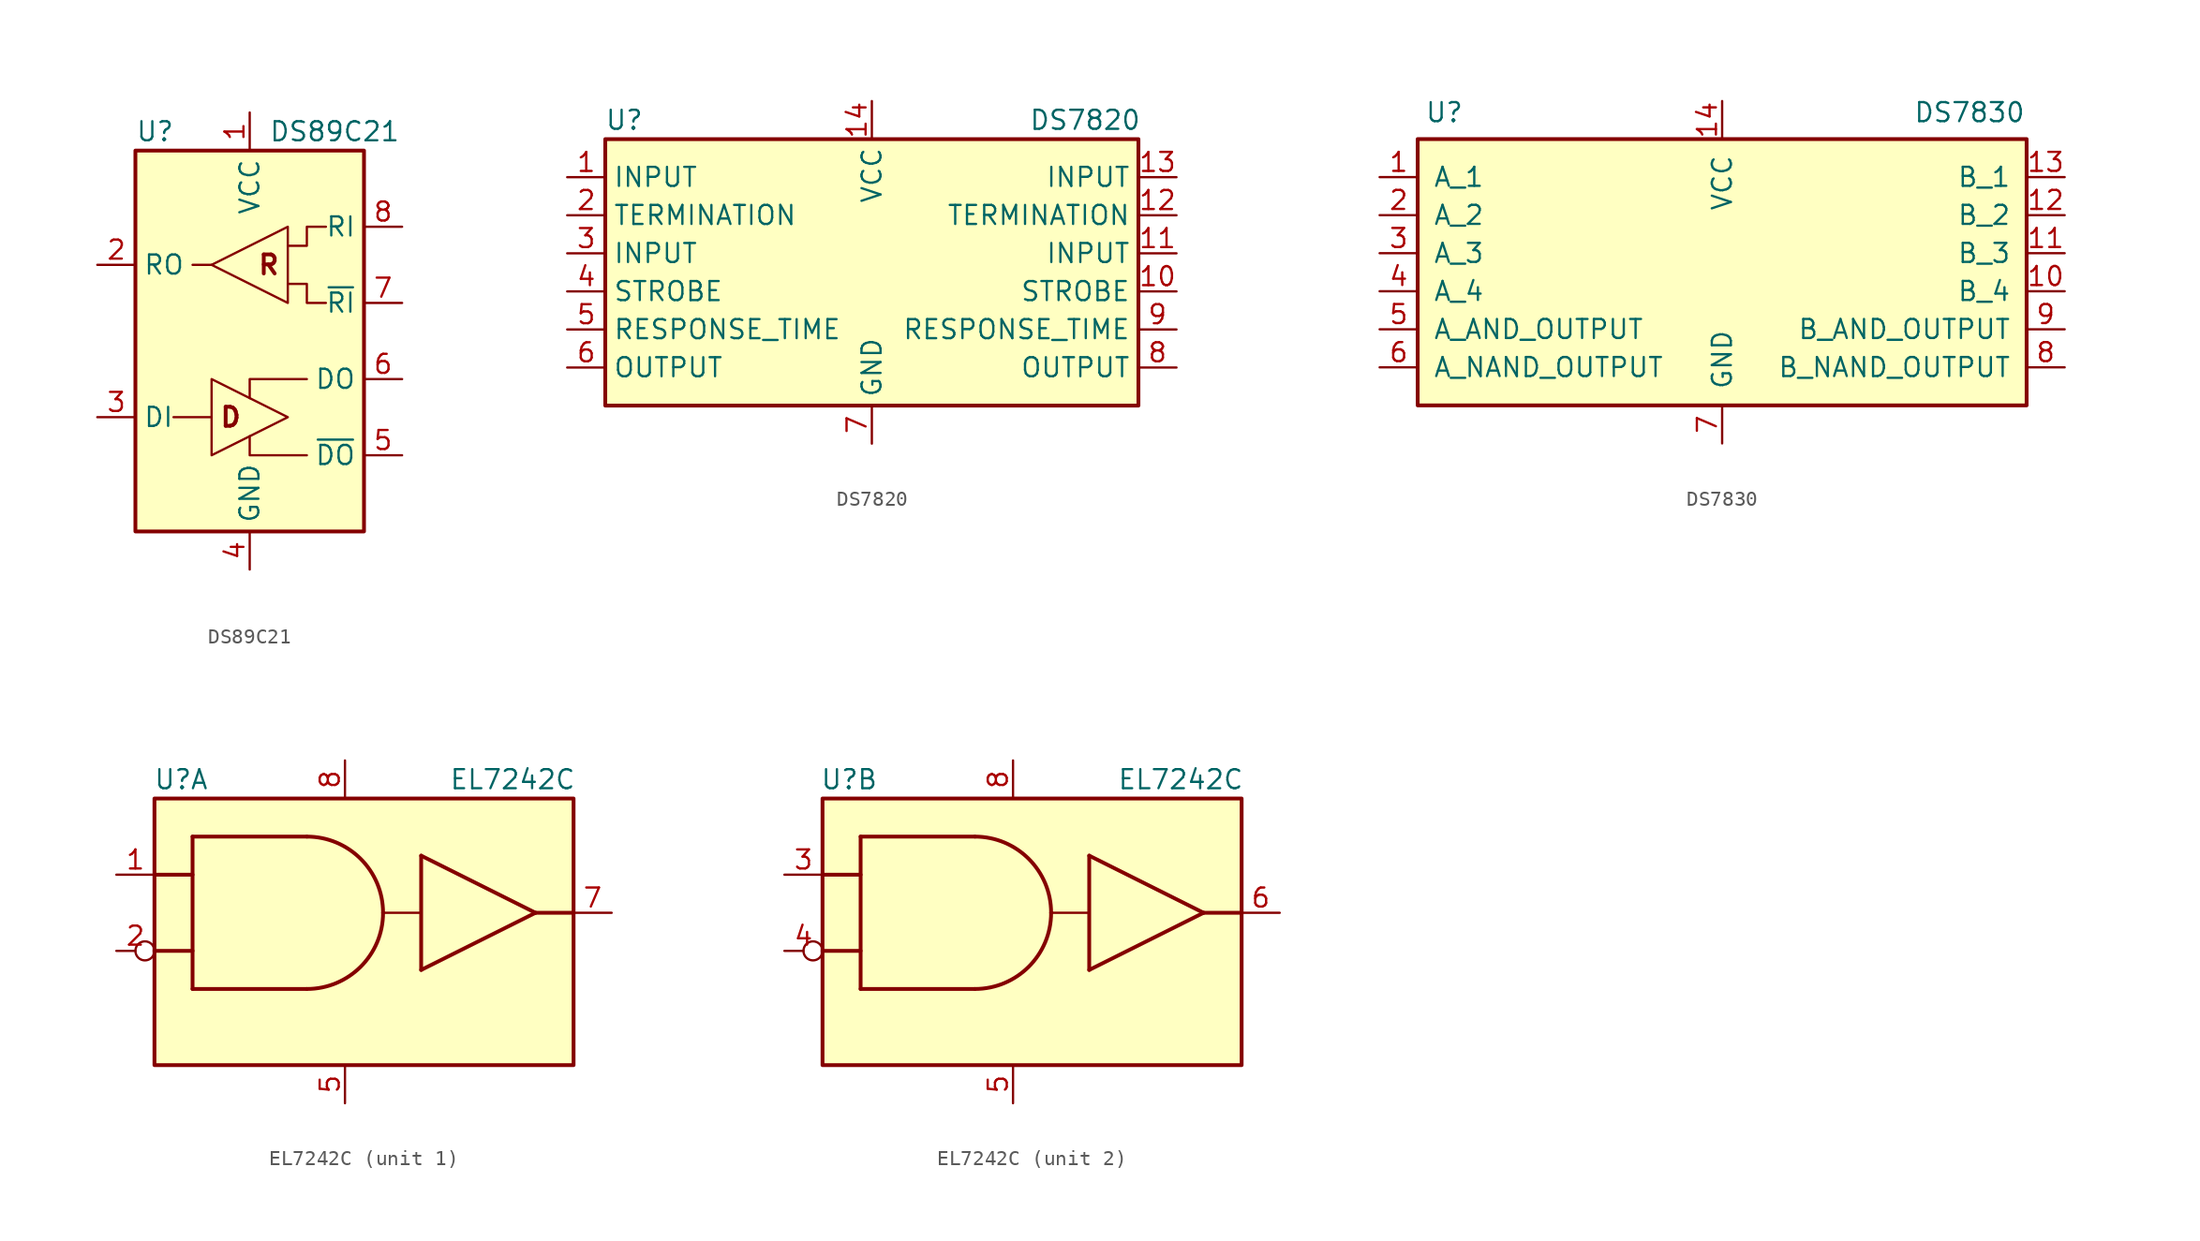
<source format=kicad_sym>
(kicad_symbol_lib
  (version 20241209)
  (generator "kicad_symbol_editor")
  (generator_version "9.0")
  (symbol "DS89C21"
    (property "Reference" "U"
      (at -7.62 13.97 0)
      (effects (font (size 1.27 1.27)) (justify left)))
    (property "Value" "DS89C21"
      (at 1.27 13.97 0)
      (effects (font (size 1.27 1.27)) (justify left)))
    (symbol "DS89C21_0_0"
      (text "D" (at -1.27 -5.08 0) (effects (font (size 1.27 1.27) (bold yes))))
      (text "R" (at 1.27 5.08 0) (effects (font (size 1.27 1.27) (bold yes)))))
    (symbol "DS89C21_0_1"
      (rectangle (start -7.62 12.7) (end 7.62 -12.7) (stroke (width 0.254) (type default)) (fill (type background)))
      (polyline (pts (xy -5.08 -5.08) (xy -2.54 -5.08)) (stroke (width 0) (type default)) (fill (type none)))
      (polyline (pts (xy -2.54 5.08) (xy -3.81 5.08)) (stroke (width 0) (type default)) (fill (type none)))
      (polyline (pts (xy -2.54 -2.54) (xy -2.54 -7.62) (xy 2.54 -5.08) (xy -2.54 -2.54)) (stroke (width 0) (type default)) (fill (type none)))
      (polyline (pts (xy 2.54 7.62) (xy 2.54 2.54) (xy -2.54 5.08) (xy 2.54 7.62)) (stroke (width 0) (type default)) (fill (type none)))
      (polyline (pts (xy 2.54 6.35) (xy 3.81 6.35) (xy 3.81 7.62) (xy 5.08 7.62)) (stroke (width 0) (type default)) (fill (type none)))
      (polyline (pts (xy 2.54 3.81) (xy 3.81 3.81) (xy 3.81 2.54) (xy 5.08 2.54)) (stroke (width 0) (type default)) (fill (type none)))
      (polyline (pts (xy 3.81 -2.54) (xy 0 -2.54) (xy 0 -3.81)) (stroke (width 0) (type default)) (fill (type none)))
      (polyline (pts (xy 3.81 -7.62) (xy 0 -7.62) (xy 0 -6.35)) (stroke (width 0) (type default)) (fill (type none))))
    (symbol "DS89C21_1_1"
      (pin output line (at -10.16 5.08 0) (length 2.54) (name "RO" (effects (font (size 1.27 1.27)))) (number "2" (effects (font (size 1.27 1.27)))))
      (pin input line (at -10.16 -5.08 0) (length 2.54) (name "DI" (effects (font (size 1.27 1.27)))) (number "3" (effects (font (size 1.27 1.27)))))
      (pin power_in line (at 0 15.24 270) (length 2.54) (name "VCC" (effects (font (size 1.27 1.27)))) (number "1" (effects (font (size 1.27 1.27)))))
      (pin power_in line (at 0 -15.24 90) (length 2.54) (name "GND" (effects (font (size 1.27 1.27)))) (number "4" (effects (font (size 1.27 1.27)))))
      (pin input line (at 10.16 7.62 180) (length 2.54) (name "RI" (effects (font (size 1.27 1.27)))) (number "8" (effects (font (size 1.27 1.27)))))
      (pin input line (at 10.16 2.54 180) (length 2.54) (name "~{RI}" (effects (font (size 1.27 1.27)))) (number "7" (effects (font (size 1.27 1.27)))))
      (pin output line (at 10.16 -2.54 180) (length 2.54) (name "DO" (effects (font (size 1.27 1.27)))) (number "6" (effects (font (size 1.27 1.27)))))
      (pin output line (at 10.16 -7.62 180) (length 2.54) (name "~{DO}" (effects (font (size 1.27 1.27)))) (number "5" (effects (font (size 1.27 1.27)))))))
  (symbol "DS7820"
    (property "Reference" "U"
      (at -16.51 8.89 0)
      (effects (font (size 1.27 1.27))))
    (property "Value" "DS7820"
      (at 14.224 8.89 0)
      (effects (font (size 1.27 1.27))))
    (symbol "DS7820_0_1"
      (rectangle (start -17.78 7.62) (end 17.78 -10.16) (stroke (width 0.254) (type default)) (fill (type background))))
    (symbol "DS7820_1_1"
      (pin input line (at -20.32 5.08 0) (length 2.54) (name "INPUT" (effects (font (size 1.27 1.27)))) (number "1" (effects (font (size 1.27 1.27)))))
      (pin input line (at -20.32 2.54 0) (length 2.54) (name "TERMINATION" (effects (font (size 1.27 1.27)))) (number "2" (effects (font (size 1.27 1.27)))))
      (pin input line (at -20.32 0 0) (length 2.54) (name "INPUT" (effects (font (size 1.27 1.27)))) (number "3" (effects (font (size 1.27 1.27)))))
      (pin input line (at -20.32 -2.54 0) (length 2.54) (name "STROBE" (effects (font (size 1.27 1.27)))) (number "4" (effects (font (size 1.27 1.27)))))
      (pin input line (at -20.32 -5.08 0) (length 2.54) (name "RESPONSE_TIME" (effects (font (size 1.27 1.27)))) (number "5" (effects (font (size 1.27 1.27)))))
      (pin input line (at -20.32 -7.62 0) (length 2.54) (name "OUTPUT" (effects (font (size 1.27 1.27)))) (number "6" (effects (font (size 1.27 1.27)))))
      (pin power_in line (at 0 10.16 270) (length 2.54) (name "VCC" (effects (font (size 1.27 1.27)))) (number "14" (effects (font (size 1.27 1.27)))))
      (pin power_in line (at 0 -12.7 90) (length 2.54) (name "GND" (effects (font (size 1.27 1.27)))) (number "7" (effects (font (size 1.27 1.27)))))
      (pin input line (at 20.32 5.08 180) (length 2.54) (name "INPUT" (effects (font (size 1.27 1.27)))) (number "13" (effects (font (size 1.27 1.27)))))
      (pin input line (at 20.32 2.54 180) (length 2.54) (name "TERMINATION" (effects (font (size 1.27 1.27)))) (number "12" (effects (font (size 1.27 1.27)))))
      (pin input line (at 20.32 0 180) (length 2.54) (name "INPUT" (effects (font (size 1.27 1.27)))) (number "11" (effects (font (size 1.27 1.27)))))
      (pin input line (at 20.32 -2.54 180) (length 2.54) (name "STROBE" (effects (font (size 1.27 1.27)))) (number "10" (effects (font (size 1.27 1.27)))))
      (pin input line (at 20.32 -5.08 180) (length 2.54) (name "RESPONSE_TIME" (effects (font (size 1.27 1.27)))) (number "9" (effects (font (size 1.27 1.27)))))
      (pin output line (at 20.32 -7.62 180) (length 2.54) (name "OUTPUT" (effects (font (size 1.27 1.27)))) (number "8" (effects (font (size 1.27 1.27)))))))
  (symbol "DS7830"
    (pin_names
      (offset 1.016))
    (property "Reference" "U"
      (at -18.542 9.398 0)
      (effects (font (size 1.27 1.27))))
    (property "Value" "DS7830"
      (at 16.51 9.398 0)
      (effects (font (size 1.27 1.27))))
    (symbol "DS7830_0_1"
      (rectangle (start -20.32 7.62) (end 20.32 -10.16) (stroke (width 0.254) (type default)) (fill (type background))))
    (symbol "DS7830_1_1"
      (pin input line (at -22.86 5.08 0) (length 2.54) (name "A_1" (effects (font (size 1.27 1.27)))) (number "1" (effects (font (size 1.27 1.27)))))
      (pin input line (at -22.86 2.54 0) (length 2.54) (name "A_2" (effects (font (size 1.27 1.27)))) (number "2" (effects (font (size 1.27 1.27)))))
      (pin input line (at -22.86 0 0) (length 2.54) (name "A_3" (effects (font (size 1.27 1.27)))) (number "3" (effects (font (size 1.27 1.27)))))
      (pin input line (at -22.86 -2.54 0) (length 2.54) (name "A_4" (effects (font (size 1.27 1.27)))) (number "4" (effects (font (size 1.27 1.27)))))
      (pin input line (at -22.86 -5.08 0) (length 2.54) (name "A_AND_OUTPUT" (effects (font (size 1.27 1.27)))) (number "5" (effects (font (size 1.27 1.27)))))
      (pin input line (at -22.86 -7.62 0) (length 2.54) (name "A_NAND_OUTPUT" (effects (font (size 1.27 1.27)))) (number "6" (effects (font (size 1.27 1.27)))))
      (pin power_in line (at 0 10.16 270) (length 2.54) (name "VCC" (effects (font (size 1.27 1.27)))) (number "14" (effects (font (size 1.27 1.27)))))
      (pin power_in line (at 0 -12.7 90) (length 2.54) (name "GND" (effects (font (size 1.27 1.27)))) (number "7" (effects (font (size 1.27 1.27)))))
      (pin input line (at 22.86 5.08 180) (length 2.54) (name "B_1" (effects (font (size 1.27 1.27)))) (number "13" (effects (font (size 1.27 1.27)))))
      (pin input line (at 22.86 2.54 180) (length 2.54) (name "B_2" (effects (font (size 1.27 1.27)))) (number "12" (effects (font (size 1.27 1.27)))))
      (pin input line (at 22.86 0 180) (length 2.54) (name "B_3" (effects (font (size 1.27 1.27)))) (number "11" (effects (font (size 1.27 1.27)))))
      (pin input line (at 22.86 -2.54 180) (length 2.54) (name "B_4" (effects (font (size 1.27 1.27)))) (number "10" (effects (font (size 1.27 1.27)))))
      (pin input line (at 22.86 -5.08 180) (length 2.54) (name "B_AND_OUTPUT" (effects (font (size 1.27 1.27)))) (number "9" (effects (font (size 1.27 1.27)))))
      (pin input line (at 22.86 -7.62 180) (length 2.54) (name "B_NAND_OUTPUT" (effects (font (size 1.27 1.27)))) (number "8" (effects (font (size 1.27 1.27)))))))
  (symbol "EL7242C"
    (pin_names
      (offset 0.762)
      (hide yes))
    (property "Reference" "U"
      (at -10.922 8.89 0)
      (effects (font (size 1.27 1.27))))
    (property "Value" "EL7242C"
      (at 11.176 8.89 0)
      (effects (font (size 1.27 1.27))))
    (symbol "EL7242C_0_0"
      (pin power_in line (at 0 10.16 270) (length 2.54) (name "V+" (effects (font (size 1.27 1.27)))) (number "8" (effects (font (size 1.27 1.27)))))
      (pin power_in line (at 0 -12.7 90) (length 2.54) (name "GND" (effects (font (size 1.27 1.27)))) (number "5" (effects (font (size 1.27 1.27))))))
    (symbol "EL7242C_0_1"
      (rectangle (start -12.7 7.62) (end 15.24 -10.16) (stroke (width 0.254) (type default)) (fill (type background)))
      (polyline (pts (xy -12.7 2.54) (xy -10.16 2.54)) (stroke (width 0.254) (type default)) (fill (type none)))
      (polyline (pts (xy -12.7 -2.54) (xy -10.16 -2.54)) (stroke (width 0.254) (type default)) (fill (type none)))
      (polyline (pts (xy -10.16 5.08) (xy -10.16 -5.08)) (stroke (width 0.254) (type default)) (fill (type none)))
      (polyline (pts (xy -10.16 -5.08) (xy -2.54 -5.08)) (stroke (width 0.254) (type default)) (fill (type none)))
      (polyline (pts (xy -2.54 5.08) (xy -10.16 5.08)) (stroke (width 0.254) (type default)) (fill (type none)))
      (arc (start -2.54 5.08) (mid 1.0521 3.5921) (end 2.54 0) (stroke (width 0.254) (type default)) (fill (type none)))
      (arc (start 2.54 0) (mid 1.0521 -3.5921) (end -2.54 -5.08) (stroke (width 0.254) (type default)) (fill (type none)))
      (polyline (pts (xy 5.08 3.81) (xy 5.08 -3.81)) (stroke (width 0.254) (type default)) (fill (type none)))
      (polyline (pts (xy 5.08 0) (xy 2.54 0)) (stroke (width 0) (type default)) (fill (type none)))
      (polyline (pts (xy 5.08 -3.81) (xy 12.7 0)) (stroke (width 0.254) (type default)) (fill (type none)))
      (polyline (pts (xy 12.7 0) (xy 5.08 3.81)) (stroke (width 0.254) (type default)) (fill (type none)))
      (polyline (pts (xy 12.7 0) (xy 15.24 0)) (stroke (width 0.254) (type default)) (fill (type none))))
    (symbol "EL7242C_1_1"
      (pin input line (at -15.24 2.54 0) (length 2.54) (name "IN1" (effects (font (size 1.27 1.27)))) (number "1" (effects (font (size 1.27 1.27)))))
      (pin input inverted (at -15.24 -2.54 0) (length 2.54) (name "IN" (effects (font (size 1.27 1.27)))) (number "2" (effects (font (size 1.27 1.27)))))
      (pin output line (at 17.78 0 180) (length 2.54) (name "OUT" (effects (font (size 1.27 1.27)))) (number "7" (effects (font (size 1.27 1.27))))))
    (symbol "EL7242C_2_1"
      (pin input line (at -15.24 2.54 0) (length 2.54) (name "IN1" (effects (font (size 1.27 1.27)))) (number "3" (effects (font (size 1.27 1.27)))))
      (pin input inverted (at -15.24 -2.54 0) (length 2.54) (name "IN" (effects (font (size 1.27 1.27)))) (number "4" (effects (font (size 1.27 1.27)))))
      (pin output line (at 17.78 0 180) (length 2.54) (name "OUT" (effects (font (size 1.27 1.27)))) (number "6" (effects (font (size 1.27 1.27))))))))
</source>
